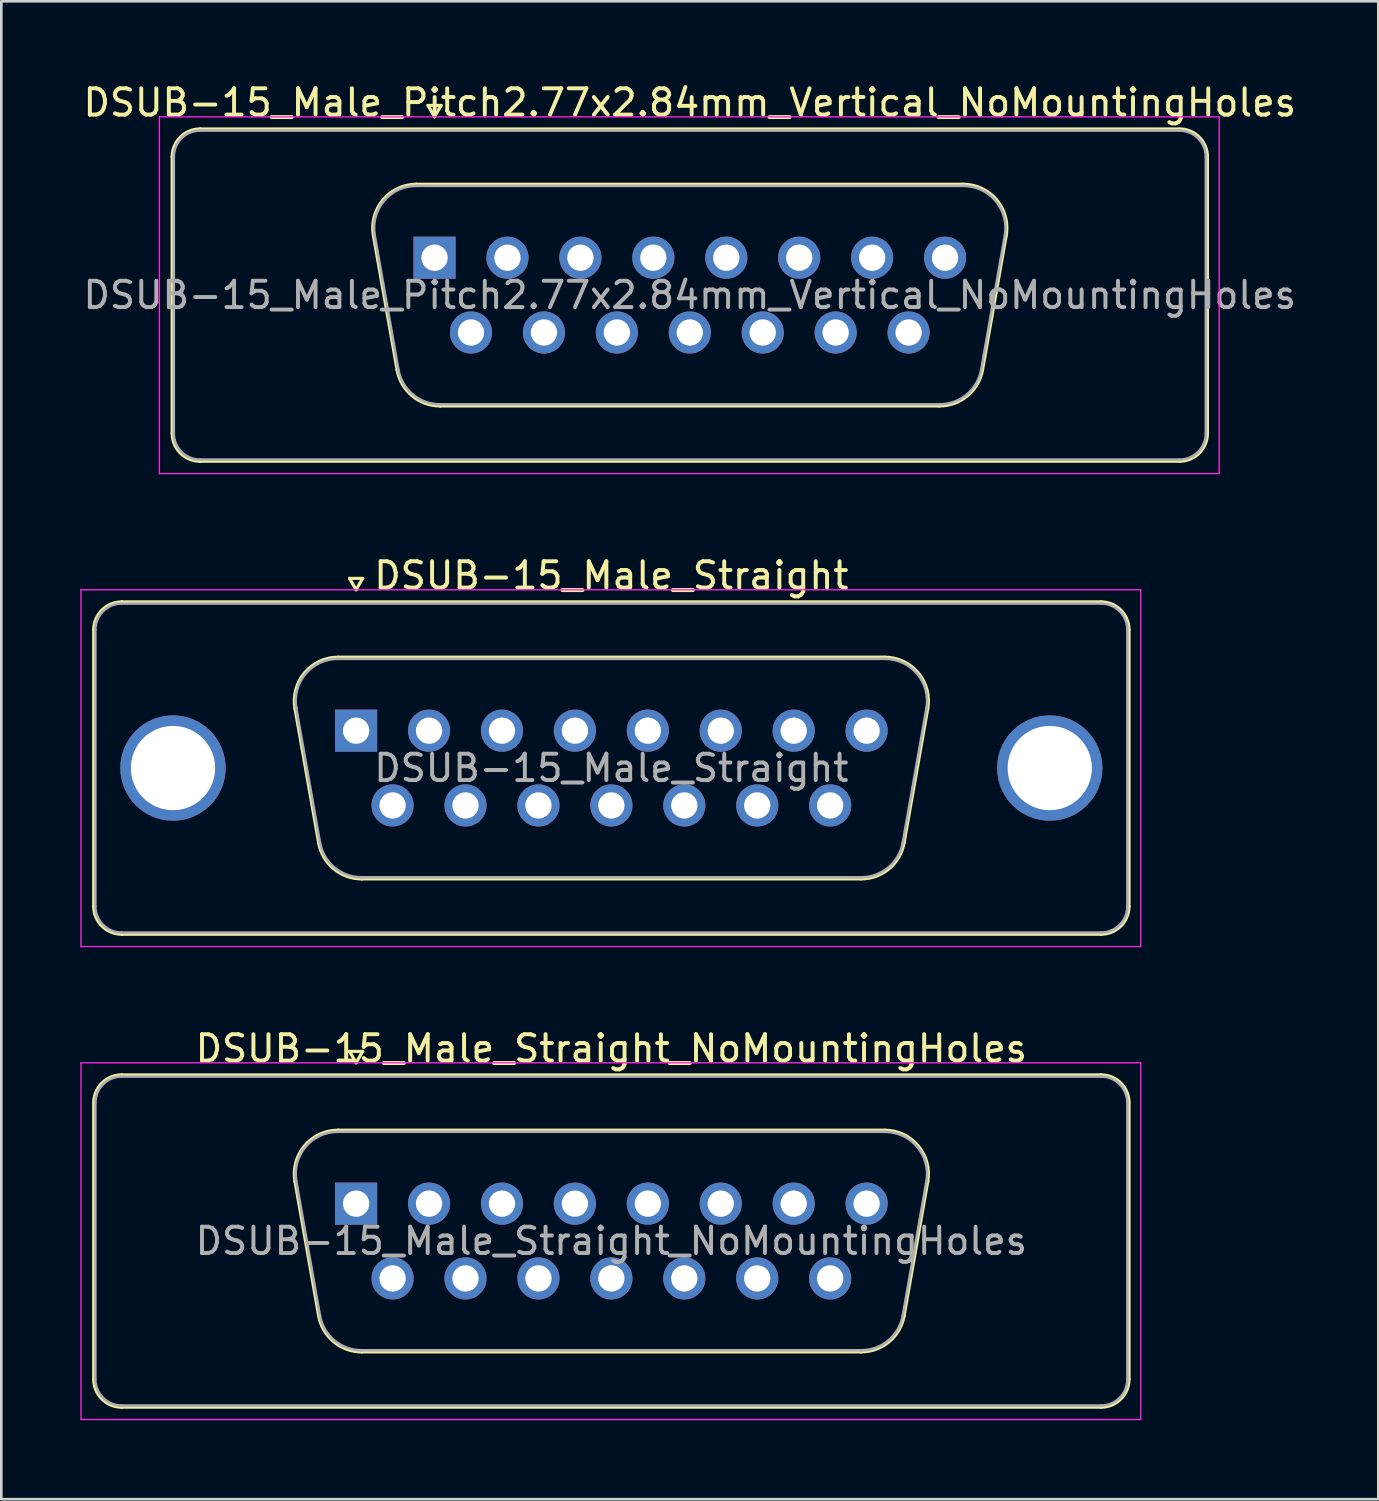
<source format=kicad_pcb>
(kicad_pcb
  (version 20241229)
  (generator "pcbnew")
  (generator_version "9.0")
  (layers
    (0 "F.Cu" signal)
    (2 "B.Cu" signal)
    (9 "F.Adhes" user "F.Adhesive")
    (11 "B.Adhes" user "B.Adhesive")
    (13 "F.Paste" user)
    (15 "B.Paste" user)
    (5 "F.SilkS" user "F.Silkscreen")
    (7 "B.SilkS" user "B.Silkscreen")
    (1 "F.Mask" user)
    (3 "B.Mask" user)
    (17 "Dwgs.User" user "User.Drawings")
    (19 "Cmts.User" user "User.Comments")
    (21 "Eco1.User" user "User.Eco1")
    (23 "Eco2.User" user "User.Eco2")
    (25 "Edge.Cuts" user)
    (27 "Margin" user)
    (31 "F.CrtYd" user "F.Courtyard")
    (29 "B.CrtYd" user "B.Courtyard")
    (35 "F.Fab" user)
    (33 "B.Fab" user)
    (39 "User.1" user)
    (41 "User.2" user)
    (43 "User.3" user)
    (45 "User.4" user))
  (footprint "DSUB-15_Male_Straight"
    (layer "F.Cu")
    (at 10.475 24.701)
    (property "Reference" "DSUB-15_Male_Straight" (at 9.695 -5.89 0) (layer "F.SilkS") (effects (font (size 1 1) (thickness 0.15))))
    (attr through_hole)
    (fp_line (start -9.965 6.67) (end -9.965 -3.83) (stroke (width 0.12) (type solid)) (layer "F.SilkS"))
    (fp_line (start -8.905 -4.89) (end 28.295 -4.89) (stroke (width 0.12) (type solid)) (layer "F.SilkS"))
    (fp_line (start -2.321 -0.842) (end -1.422 4.258) (stroke (width 0.12) (type solid)) (layer "F.SilkS"))
    (fp_line (start -0.687 -2.79) (end 20.077 -2.79) (stroke (width 0.12) (type solid)) (layer "F.SilkS"))
    (fp_line (start -0.25 -5.784) (end 0.25 -5.784) (stroke (width 0.12) (type solid)) (layer "F.SilkS"))
    (fp_line (start 0 -5.351) (end -0.25 -5.784) (stroke (width 0.12) (type solid)) (layer "F.SilkS"))
    (fp_line (start 0.213 5.63) (end 19.177 5.63) (stroke (width 0.12) (type solid)) (layer "F.SilkS"))
    (fp_line (start 0.25 -5.784) (end 0 -5.351) (stroke (width 0.12) (type solid)) (layer "F.SilkS"))
    (fp_line (start 21.711 -0.842) (end 20.812 4.258) (stroke (width 0.12) (type solid)) (layer "F.SilkS"))
    (fp_line (start 28.295 7.73) (end -8.905 7.73) (stroke (width 0.12) (type solid)) (layer "F.SilkS"))
    (fp_line (start 29.355 -3.83) (end 29.355 6.67) (stroke (width 0.12) (type solid)) (layer "F.SilkS"))
    (fp_arc (start -9.965 -3.83) (mid -9.654533 -4.579533) (end -8.905 -4.89) (stroke (width 0.12) (type solid)) (layer "F.SilkS"))
    (fp_arc (start -8.905 7.73) (mid -9.654533 7.419533) (end -9.965 6.67) (stroke (width 0.12) (type solid)) (layer "F.SilkS"))
    (fp_arc (start -2.32147 -0.841744) (mid -1.958323 -2.197028) (end -0.686689 -2.79) (stroke (width 0.12) (type solid)) (layer "F.SilkS"))
    (fp_arc (start 0.212579 5.63) (mid -0.854448 5.241634) (end -1.422202 4.258256) (stroke (width 0.12) (type solid)) (layer "F.SilkS"))
    (fp_arc (start 20.076689 -2.79) (mid 21.348323 -2.197027) (end 21.71147 -0.841744) (stroke (width 0.12) (type solid)) (layer "F.SilkS"))
    (fp_arc (start 20.812202 4.258256) (mid 20.244449 5.241634) (end 19.177421 5.63) (stroke (width 0.12) (type solid)) (layer "F.SilkS"))
    (fp_arc (start 28.295 -4.89) (mid 29.044533 -4.579533) (end 29.355 -3.83) (stroke (width 0.12) (type solid)) (layer "F.SilkS"))
    (fp_arc (start 29.355 6.67) (mid 29.044533 7.419533) (end 28.295 7.73) (stroke (width 0.12) (type solid)) (layer "F.SilkS"))
    (fp_line (start -10.45 -5.35) (end -10.45 8.2) (stroke (width 0.05) (type solid)) (layer "F.CrtYd"))
    (fp_line (start -10.45 8.2) (end 29.8 8.2) (stroke (width 0.05) (type solid)) (layer "F.CrtYd"))
    (fp_line (start 29.8 -5.35) (end -10.45 -5.35) (stroke (width 0.05) (type solid)) (layer "F.CrtYd"))
    (fp_line (start 29.8 8.2) (end 29.8 -5.35) (stroke (width 0.05) (type solid)) (layer "F.CrtYd"))
    (fp_line (start -9.905 6.67) (end -9.905 -3.83) (stroke (width 0.1) (type solid)) (layer "F.Fab"))
    (fp_line (start -8.905 -4.83) (end 28.295 -4.83) (stroke (width 0.1) (type solid)) (layer "F.Fab"))
    (fp_line (start -2.274 -0.852) (end -1.375 4.248) (stroke (width 0.1) (type solid)) (layer "F.Fab"))
    (fp_line (start -0.698 -2.73) (end 20.088 -2.73) (stroke (width 0.1) (type solid)) (layer "F.Fab"))
    (fp_line (start 0.201 5.57) (end 19.189 5.57) (stroke (width 0.1) (type solid)) (layer "F.Fab"))
    (fp_line (start 21.664 -0.852) (end 20.765 4.248) (stroke (width 0.1) (type solid)) (layer "F.Fab"))
    (fp_line (start 28.295 7.67) (end -8.905 7.67) (stroke (width 0.1) (type solid)) (layer "F.Fab"))
    (fp_line (start 29.295 -3.83) (end 29.295 6.67) (stroke (width 0.1) (type solid)) (layer "F.Fab"))
    (fp_arc (start -9.905 -3.83) (mid -9.612107 -4.537107) (end -8.905 -4.83) (stroke (width 0.1) (type solid)) (layer "F.Fab"))
    (fp_arc (start -8.905 7.67) (mid -9.612107 7.377107) (end -9.905 6.67) (stroke (width 0.1) (type solid)) (layer "F.Fab"))
    (fp_arc (start -2.273886 -0.852163) (mid -1.923865 -2.15846) (end -0.698194 -2.73) (stroke (width 0.1) (type solid)) (layer "F.Fab"))
    (fp_arc (start 0.201073 5.57) (mid -0.827387 5.195671) (end -1.374619 4.247837) (stroke (width 0.1) (type solid)) (layer "F.Fab"))
    (fp_arc (start 20.088194 -2.73) (mid 21.313865 -2.15846) (end 21.663886 -0.852163) (stroke (width 0.1) (type solid)) (layer "F.Fab"))
    (fp_arc (start 20.764619 4.247837) (mid 20.217387 5.195671) (end 19.188927 5.57) (stroke (width 0.1) (type solid)) (layer "F.Fab"))
    (fp_arc (start 28.295 -4.83) (mid 29.002107 -4.537107) (end 29.295 -3.83) (stroke (width 0.1) (type solid)) (layer "F.Fab"))
    (fp_arc (start 29.295 6.67) (mid 29.002107 7.377107) (end 28.295 7.67) (stroke (width 0.1) (type solid)) (layer "F.Fab"))
    (fp_text user "${REFERENCE}" (at 9.695 1.42 0) (layer "F.Fab") (effects (font (size 1 1) (thickness 0.15))))
    (pad "0" thru_hole circle (at -6.955 1.42) (size 4 4) (drill 3.2) (layers "*.Cu" "*.Mask"))
    (pad "0" thru_hole circle (at 26.345 1.42) (size 4 4) (drill 3.2) (layers "*.Cu" "*.Mask"))
    (pad "1" thru_hole rect (at 0 0) (size 1.6 1.6) (drill 1) (layers "*.Cu" "*.Mask"))
    (pad "2" thru_hole circle (at 2.77 0) (size 1.6 1.6) (drill 1) (layers "*.Cu" "*.Mask"))
    (pad "3" thru_hole circle (at 5.54 0) (size 1.6 1.6) (drill 1) (layers "*.Cu" "*.Mask"))
    (pad "4" thru_hole circle (at 8.31 0) (size 1.6 1.6) (drill 1) (layers "*.Cu" "*.Mask"))
    (pad "5" thru_hole circle (at 11.08 0) (size 1.6 1.6) (drill 1) (layers "*.Cu" "*.Mask"))
    (pad "6" thru_hole circle (at 13.85 0) (size 1.6 1.6) (drill 1) (layers "*.Cu" "*.Mask"))
    (pad "7" thru_hole circle (at 16.62 0) (size 1.6 1.6) (drill 1) (layers "*.Cu" "*.Mask"))
    (pad "8" thru_hole circle (at 19.39 0) (size 1.6 1.6) (drill 1) (layers "*.Cu" "*.Mask"))
    (pad "9" thru_hole circle (at 1.385 2.84) (size 1.6 1.6) (drill 1) (layers "*.Cu" "*.Mask"))
    (pad "10" thru_hole circle (at 4.155 2.84) (size 1.6 1.6) (drill 1) (layers "*.Cu" "*.Mask"))
    (pad "11" thru_hole circle (at 6.925 2.84) (size 1.6 1.6) (drill 1) (layers "*.Cu" "*.Mask"))
    (pad "12" thru_hole circle (at 9.695 2.84) (size 1.6 1.6) (drill 1) (layers "*.Cu" "*.Mask"))
    (pad "13" thru_hole circle (at 12.465 2.84) (size 1.6 1.6) (drill 1) (layers "*.Cu" "*.Mask"))
    (pad "14" thru_hole circle (at 15.235 2.84) (size 1.6 1.6) (drill 1) (layers "*.Cu" "*.Mask"))
    (pad "15" thru_hole circle (at 18.005 2.84) (size 1.6 1.6) (drill 1) (layers "*.Cu" "*.Mask")))
  (footprint "DSUB-15_Male_Straight_NoMountingHoles"
    (layer "F.Cu")
    (at 10.475 42.665)
    (property "Reference" "DSUB-15_Male_Straight_NoMountingHoles" (at 9.695 -5.89 0) (layer "F.SilkS") (effects (font (size 1 1) (thickness 0.15))))
    (attr through_hole)
    (fp_line (start -9.965 6.67) (end -9.965 -3.83) (stroke (width 0.12) (type solid)) (layer "F.SilkS"))
    (fp_line (start -8.905 -4.89) (end 28.295 -4.89) (stroke (width 0.12) (type solid)) (layer "F.SilkS"))
    (fp_line (start -2.321 -0.842) (end -1.422 4.258) (stroke (width 0.12) (type solid)) (layer "F.SilkS"))
    (fp_line (start -0.687 -2.79) (end 20.077 -2.79) (stroke (width 0.12) (type solid)) (layer "F.SilkS"))
    (fp_line (start -0.25 -5.784) (end 0.25 -5.784) (stroke (width 0.12) (type solid)) (layer "F.SilkS"))
    (fp_line (start 0 -5.351) (end -0.25 -5.784) (stroke (width 0.12) (type solid)) (layer "F.SilkS"))
    (fp_line (start 0.213 5.63) (end 19.177 5.63) (stroke (width 0.12) (type solid)) (layer "F.SilkS"))
    (fp_line (start 0.25 -5.784) (end 0 -5.351) (stroke (width 0.12) (type solid)) (layer "F.SilkS"))
    (fp_line (start 21.711 -0.842) (end 20.812 4.258) (stroke (width 0.12) (type solid)) (layer "F.SilkS"))
    (fp_line (start 28.295 7.73) (end -8.905 7.73) (stroke (width 0.12) (type solid)) (layer "F.SilkS"))
    (fp_line (start 29.355 -3.83) (end 29.355 6.67) (stroke (width 0.12) (type solid)) (layer "F.SilkS"))
    (fp_arc (start -9.965 -3.83) (mid -9.654533 -4.579533) (end -8.905 -4.89) (stroke (width 0.12) (type solid)) (layer "F.SilkS"))
    (fp_arc (start -8.905 7.73) (mid -9.654533 7.419533) (end -9.965 6.67) (stroke (width 0.12) (type solid)) (layer "F.SilkS"))
    (fp_arc (start -2.32147 -0.841744) (mid -1.958323 -2.197028) (end -0.686689 -2.79) (stroke (width 0.12) (type solid)) (layer "F.SilkS"))
    (fp_arc (start 0.212579 5.63) (mid -0.854448 5.241634) (end -1.422202 4.258256) (stroke (width 0.12) (type solid)) (layer "F.SilkS"))
    (fp_arc (start 20.076689 -2.79) (mid 21.348323 -2.197027) (end 21.71147 -0.841744) (stroke (width 0.12) (type solid)) (layer "F.SilkS"))
    (fp_arc (start 20.812202 4.258256) (mid 20.244449 5.241634) (end 19.177421 5.63) (stroke (width 0.12) (type solid)) (layer "F.SilkS"))
    (fp_arc (start 28.295 -4.89) (mid 29.044533 -4.579533) (end 29.355 -3.83) (stroke (width 0.12) (type solid)) (layer "F.SilkS"))
    (fp_arc (start 29.355 6.67) (mid 29.044533 7.419533) (end 28.295 7.73) (stroke (width 0.12) (type solid)) (layer "F.SilkS"))
    (fp_line (start -10.45 -5.35) (end -10.45 8.2) (stroke (width 0.05) (type solid)) (layer "F.CrtYd"))
    (fp_line (start -10.45 8.2) (end 29.8 8.2) (stroke (width 0.05) (type solid)) (layer "F.CrtYd"))
    (fp_line (start 29.8 -5.35) (end -10.45 -5.35) (stroke (width 0.05) (type solid)) (layer "F.CrtYd"))
    (fp_line (start 29.8 8.2) (end 29.8 -5.35) (stroke (width 0.05) (type solid)) (layer "F.CrtYd"))
    (fp_line (start -9.905 6.67) (end -9.905 -3.83) (stroke (width 0.1) (type solid)) (layer "F.Fab"))
    (fp_line (start -8.905 -4.83) (end 28.295 -4.83) (stroke (width 0.1) (type solid)) (layer "F.Fab"))
    (fp_line (start -2.274 -0.852) (end -1.375 4.248) (stroke (width 0.1) (type solid)) (layer "F.Fab"))
    (fp_line (start -0.698 -2.73) (end 20.088 -2.73) (stroke (width 0.1) (type solid)) (layer "F.Fab"))
    (fp_line (start 0.201 5.57) (end 19.189 5.57) (stroke (width 0.1) (type solid)) (layer "F.Fab"))
    (fp_line (start 21.664 -0.852) (end 20.765 4.248) (stroke (width 0.1) (type solid)) (layer "F.Fab"))
    (fp_line (start 28.295 7.67) (end -8.905 7.67) (stroke (width 0.1) (type solid)) (layer "F.Fab"))
    (fp_line (start 29.295 -3.83) (end 29.295 6.67) (stroke (width 0.1) (type solid)) (layer "F.Fab"))
    (fp_arc (start -9.905 -3.83) (mid -9.612107 -4.537107) (end -8.905 -4.83) (stroke (width 0.1) (type solid)) (layer "F.Fab"))
    (fp_arc (start -8.905 7.67) (mid -9.612107 7.377107) (end -9.905 6.67) (stroke (width 0.1) (type solid)) (layer "F.Fab"))
    (fp_arc (start -2.273886 -0.852163) (mid -1.923865 -2.15846) (end -0.698194 -2.73) (stroke (width 0.1) (type solid)) (layer "F.Fab"))
    (fp_arc (start 0.201073 5.57) (mid -0.827387 5.195671) (end -1.374619 4.247837) (stroke (width 0.1) (type solid)) (layer "F.Fab"))
    (fp_arc (start 20.088194 -2.73) (mid 21.313865 -2.15846) (end 21.663886 -0.852163) (stroke (width 0.1) (type solid)) (layer "F.Fab"))
    (fp_arc (start 20.764619 4.247837) (mid 20.217387 5.195671) (end 19.188927 5.57) (stroke (width 0.1) (type solid)) (layer "F.Fab"))
    (fp_arc (start 28.295 -4.83) (mid 29.002107 -4.537107) (end 29.295 -3.83) (stroke (width 0.1) (type solid)) (layer "F.Fab"))
    (fp_arc (start 29.295 6.67) (mid 29.002107 7.377107) (end 28.295 7.67) (stroke (width 0.1) (type solid)) (layer "F.Fab"))
    (fp_text user "${REFERENCE}" (at 9.695 1.42 0) (layer "F.Fab") (effects (font (size 1 1) (thickness 0.15))))
    (pad "1" thru_hole rect (at 0 0) (size 1.6 1.6) (drill 1) (layers "*.Cu" "*.Mask"))
    (pad "2" thru_hole circle (at 2.77 0) (size 1.6 1.6) (drill 1) (layers "*.Cu" "*.Mask"))
    (pad "3" thru_hole circle (at 5.54 0) (size 1.6 1.6) (drill 1) (layers "*.Cu" "*.Mask"))
    (pad "4" thru_hole circle (at 8.31 0) (size 1.6 1.6) (drill 1) (layers "*.Cu" "*.Mask"))
    (pad "5" thru_hole circle (at 11.08 0) (size 1.6 1.6) (drill 1) (layers "*.Cu" "*.Mask"))
    (pad "6" thru_hole circle (at 13.85 0) (size 1.6 1.6) (drill 1) (layers "*.Cu" "*.Mask"))
    (pad "7" thru_hole circle (at 16.62 0) (size 1.6 1.6) (drill 1) (layers "*.Cu" "*.Mask"))
    (pad "8" thru_hole circle (at 19.39 0) (size 1.6 1.6) (drill 1) (layers "*.Cu" "*.Mask"))
    (pad "9" thru_hole circle (at 1.385 2.84) (size 1.6 1.6) (drill 1) (layers "*.Cu" "*.Mask"))
    (pad "10" thru_hole circle (at 4.155 2.84) (size 1.6 1.6) (drill 1) (layers "*.Cu" "*.Mask"))
    (pad "11" thru_hole circle (at 6.925 2.84) (size 1.6 1.6) (drill 1) (layers "*.Cu" "*.Mask"))
    (pad "12" thru_hole circle (at 9.695 2.84) (size 1.6 1.6) (drill 1) (layers "*.Cu" "*.Mask"))
    (pad "13" thru_hole circle (at 12.465 2.84) (size 1.6 1.6) (drill 1) (layers "*.Cu" "*.Mask"))
    (pad "14" thru_hole circle (at 15.235 2.84) (size 1.6 1.6) (drill 1) (layers "*.Cu" "*.Mask"))
    (pad "15" thru_hole circle (at 18.005 2.84) (size 1.6 1.6) (drill 1) (layers "*.Cu" "*.Mask")))
  (footprint "DSUB-15_Male_Pitch2.77x2.84mm_Vertical_NoMountingHoles"
    (layer "F.Cu")
    (at 13.454 6.738)
    (property "Reference" "DSUB-15_Male_Pitch2.77x2.84mm_Vertical_NoMountingHoles" (at 9.695 -5.89 0) (layer "F.SilkS") (effects (font (size 1 1) (thickness 0.15))))
    (attr through_hole)
    (fp_line (start -9.965 6.67) (end -9.965 -3.83) (stroke (width 0.12) (type solid)) (layer "F.SilkS"))
    (fp_line (start -8.905 -4.89) (end 28.295 -4.89) (stroke (width 0.12) (type solid)) (layer "F.SilkS"))
    (fp_line (start -2.321 -0.842) (end -1.422 4.258) (stroke (width 0.12) (type solid)) (layer "F.SilkS"))
    (fp_line (start -0.687 -2.79) (end 20.077 -2.79) (stroke (width 0.12) (type solid)) (layer "F.SilkS"))
    (fp_line (start -0.25 -5.784) (end 0.25 -5.784) (stroke (width 0.12) (type solid)) (layer "F.SilkS"))
    (fp_line (start 0 -5.351) (end -0.25 -5.784) (stroke (width 0.12) (type solid)) (layer "F.SilkS"))
    (fp_line (start 0.213 5.63) (end 19.177 5.63) (stroke (width 0.12) (type solid)) (layer "F.SilkS"))
    (fp_line (start 0.25 -5.784) (end 0 -5.351) (stroke (width 0.12) (type solid)) (layer "F.SilkS"))
    (fp_line (start 21.711 -0.842) (end 20.812 4.258) (stroke (width 0.12) (type solid)) (layer "F.SilkS"))
    (fp_line (start 28.295 7.73) (end -8.905 7.73) (stroke (width 0.12) (type solid)) (layer "F.SilkS"))
    (fp_line (start 29.355 -3.83) (end 29.355 6.67) (stroke (width 0.12) (type solid)) (layer "F.SilkS"))
    (fp_arc (start -9.965 -3.83) (mid -9.654533 -4.579533) (end -8.905 -4.89) (stroke (width 0.12) (type solid)) (layer "F.SilkS"))
    (fp_arc (start -8.905 7.73) (mid -9.654533 7.419533) (end -9.965 6.67) (stroke (width 0.12) (type solid)) (layer "F.SilkS"))
    (fp_arc (start -2.32147 -0.841744) (mid -1.958323 -2.197028) (end -0.686689 -2.79) (stroke (width 0.12) (type solid)) (layer "F.SilkS"))
    (fp_arc (start 0.212579 5.63) (mid -0.854448 5.241634) (end -1.422202 4.258256) (stroke (width 0.12) (type solid)) (layer "F.SilkS"))
    (fp_arc (start 20.076689 -2.79) (mid 21.348323 -2.197027) (end 21.71147 -0.841744) (stroke (width 0.12) (type solid)) (layer "F.SilkS"))
    (fp_arc (start 20.812202 4.258256) (mid 20.244449 5.241634) (end 19.177421 5.63) (stroke (width 0.12) (type solid)) (layer "F.SilkS"))
    (fp_arc (start 28.295 -4.89) (mid 29.044533 -4.579533) (end 29.355 -3.83) (stroke (width 0.12) (type solid)) (layer "F.SilkS"))
    (fp_arc (start 29.355 6.67) (mid 29.044533 7.419533) (end 28.295 7.73) (stroke (width 0.12) (type solid)) (layer "F.SilkS"))
    (fp_line (start -10.45 -5.35) (end -10.45 8.2) (stroke (width 0.05) (type solid)) (layer "F.CrtYd"))
    (fp_line (start -10.45 8.2) (end 29.8 8.2) (stroke (width 0.05) (type solid)) (layer "F.CrtYd"))
    (fp_line (start 29.8 -5.35) (end -10.45 -5.35) (stroke (width 0.05) (type solid)) (layer "F.CrtYd"))
    (fp_line (start 29.8 8.2) (end 29.8 -5.35) (stroke (width 0.05) (type solid)) (layer "F.CrtYd"))
    (fp_line (start -9.905 6.67) (end -9.905 -3.83) (stroke (width 0.1) (type solid)) (layer "F.Fab"))
    (fp_line (start -8.905 -4.83) (end 28.295 -4.83) (stroke (width 0.1) (type solid)) (layer "F.Fab"))
    (fp_line (start -2.274 -0.852) (end -1.375 4.248) (stroke (width 0.1) (type solid)) (layer "F.Fab"))
    (fp_line (start -0.698 -2.73) (end 20.088 -2.73) (stroke (width 0.1) (type solid)) (layer "F.Fab"))
    (fp_line (start 0.201 5.57) (end 19.189 5.57) (stroke (width 0.1) (type solid)) (layer "F.Fab"))
    (fp_line (start 21.664 -0.852) (end 20.765 4.248) (stroke (width 0.1) (type solid)) (layer "F.Fab"))
    (fp_line (start 28.295 7.67) (end -8.905 7.67) (stroke (width 0.1) (type solid)) (layer "F.Fab"))
    (fp_line (start 29.295 -3.83) (end 29.295 6.67) (stroke (width 0.1) (type solid)) (layer "F.Fab"))
    (fp_arc (start -9.905 -3.83) (mid -9.612107 -4.537107) (end -8.905 -4.83) (stroke (width 0.1) (type solid)) (layer "F.Fab"))
    (fp_arc (start -8.905 7.67) (mid -9.612107 7.377107) (end -9.905 6.67) (stroke (width 0.1) (type solid)) (layer "F.Fab"))
    (fp_arc (start -2.273886 -0.852163) (mid -1.923865 -2.15846) (end -0.698194 -2.73) (stroke (width 0.1) (type solid)) (layer "F.Fab"))
    (fp_arc (start 0.201073 5.57) (mid -0.827387 5.195671) (end -1.374619 4.247837) (stroke (width 0.1) (type solid)) (layer "F.Fab"))
    (fp_arc (start 20.088194 -2.73) (mid 21.313865 -2.15846) (end 21.663886 -0.852163) (stroke (width 0.1) (type solid)) (layer "F.Fab"))
    (fp_arc (start 20.764619 4.247837) (mid 20.217387 5.195671) (end 19.188927 5.57) (stroke (width 0.1) (type solid)) (layer "F.Fab"))
    (fp_arc (start 28.295 -4.83) (mid 29.002107 -4.537107) (end 29.295 -3.83) (stroke (width 0.1) (type solid)) (layer "F.Fab"))
    (fp_arc (start 29.295 6.67) (mid 29.002107 7.377107) (end 28.295 7.67) (stroke (width 0.1) (type solid)) (layer "F.Fab"))
    (fp_text user "${REFERENCE}" (at 9.695 1.42 0) (layer "F.Fab") (effects (font (size 1 1) (thickness 0.15))))
    (pad "1" thru_hole rect (at 0 0) (size 1.6 1.6) (drill 1) (layers "*.Cu" "*.Mask"))
    (pad "2" thru_hole circle (at 2.77 0) (size 1.6 1.6) (drill 1) (layers "*.Cu" "*.Mask"))
    (pad "3" thru_hole circle (at 5.54 0) (size 1.6 1.6) (drill 1) (layers "*.Cu" "*.Mask"))
    (pad "4" thru_hole circle (at 8.31 0) (size 1.6 1.6) (drill 1) (layers "*.Cu" "*.Mask"))
    (pad "5" thru_hole circle (at 11.08 0) (size 1.6 1.6) (drill 1) (layers "*.Cu" "*.Mask"))
    (pad "6" thru_hole circle (at 13.85 0) (size 1.6 1.6) (drill 1) (layers "*.Cu" "*.Mask"))
    (pad "7" thru_hole circle (at 16.62 0) (size 1.6 1.6) (drill 1) (layers "*.Cu" "*.Mask"))
    (pad "8" thru_hole circle (at 19.39 0) (size 1.6 1.6) (drill 1) (layers "*.Cu" "*.Mask"))
    (pad "9" thru_hole circle (at 1.385 2.84) (size 1.6 1.6) (drill 1) (layers "*.Cu" "*.Mask"))
    (pad "10" thru_hole circle (at 4.155 2.84) (size 1.6 1.6) (drill 1) (layers "*.Cu" "*.Mask"))
    (pad "11" thru_hole circle (at 6.925 2.84) (size 1.6 1.6) (drill 1) (layers "*.Cu" "*.Mask"))
    (pad "12" thru_hole circle (at 9.695 2.84) (size 1.6 1.6) (drill 1) (layers "*.Cu" "*.Mask"))
    (pad "13" thru_hole circle (at 12.465 2.84) (size 1.6 1.6) (drill 1) (layers "*.Cu" "*.Mask"))
    (pad "14" thru_hole circle (at 15.235 2.84) (size 1.6 1.6) (drill 1) (layers "*.Cu" "*.Mask"))
    (pad "15" thru_hole circle (at 18.005 2.84) (size 1.6 1.6) (drill 1) (layers "*.Cu" "*.Mask")))
  (gr_rect
    (start -3 -3)
    (end 49.298 53.89)
    (stroke (width 0.1) (type default))
    (fill no)
    (layer "Edge.Cuts")))
</source>
